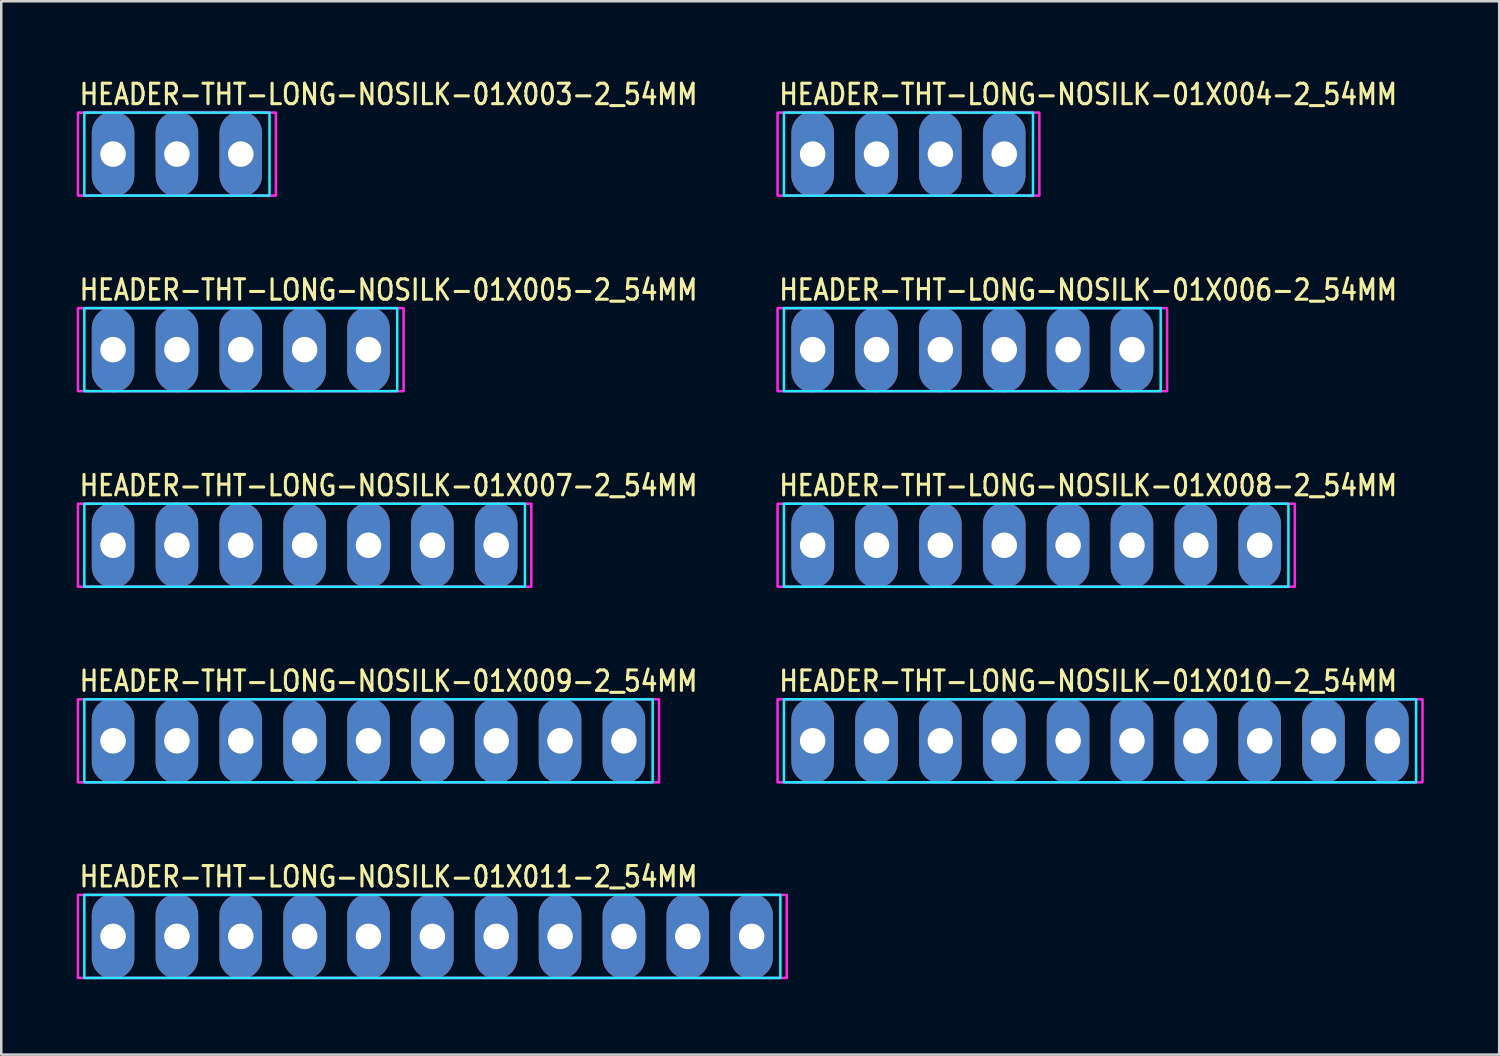
<source format=kicad_pcb>
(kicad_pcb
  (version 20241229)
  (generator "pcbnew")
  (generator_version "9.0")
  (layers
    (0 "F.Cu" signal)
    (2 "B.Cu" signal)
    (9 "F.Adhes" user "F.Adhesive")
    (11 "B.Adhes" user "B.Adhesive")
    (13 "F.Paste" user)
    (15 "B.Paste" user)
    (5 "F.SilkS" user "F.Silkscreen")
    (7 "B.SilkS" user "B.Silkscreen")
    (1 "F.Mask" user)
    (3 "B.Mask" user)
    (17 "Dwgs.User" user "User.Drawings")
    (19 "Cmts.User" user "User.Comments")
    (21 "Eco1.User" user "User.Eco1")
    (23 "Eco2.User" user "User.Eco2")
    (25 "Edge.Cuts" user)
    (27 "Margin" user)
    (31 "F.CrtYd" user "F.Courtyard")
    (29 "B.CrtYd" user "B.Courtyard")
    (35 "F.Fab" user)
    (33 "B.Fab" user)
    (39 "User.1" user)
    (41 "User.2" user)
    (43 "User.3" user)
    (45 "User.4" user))
  (footprint "HEADER-THT-LONG-NOSILK-01X009-2_54MM"
    (layer "F.Cu")
    (at 1.447 26.417)
    (property "Reference" "HEADER-THT-LONG-NOSILK-01X009-2_54MM" (at -1.4 -1.9 0) (unlocked yes) (layer "F.SilkS") (effects (font (size 0.813 0.695) (thickness 0.122)) (justify left bottom)))
    (fp_poly (pts (xy -1.143 -1.651) (xy 21.463 -1.651) (xy 21.463 1.651) (xy -1.143 1.651)) (stroke (width 0.1) (type solid)) (fill no) (layer "B.CrtYd"))
    (fp_poly (pts (xy -1.397 -1.651) (xy 21.717 -1.651) (xy 21.717 1.651) (xy -1.397 1.651)) (stroke (width 0.1) (type solid)) (fill no) (layer "F.CrtYd"))
    (pad "1" thru_hole oval (at 0 0 90) (size 3.387 1.693) (drill 1.016) (layers "*.Cu" "*.Mask"))
    (pad "2" thru_hole oval (at 2.54 0 90) (size 3.387 1.693) (drill 1.016) (layers "*.Cu" "*.Mask"))
    (pad "3" thru_hole oval (at 5.08 0 90) (size 3.387 1.693) (drill 1.016) (layers "*.Cu" "*.Mask"))
    (pad "4" thru_hole oval (at 7.62 0 90) (size 3.387 1.693) (drill 1.016) (layers "*.Cu" "*.Mask"))
    (pad "5" thru_hole oval (at 10.16 0 90) (size 3.387 1.693) (drill 1.016) (layers "*.Cu" "*.Mask"))
    (pad "6" thru_hole oval (at 12.7 0 90) (size 3.387 1.693) (drill 1.016) (layers "*.Cu" "*.Mask"))
    (pad "7" thru_hole oval (at 15.24 0 90) (size 3.387 1.693) (drill 1.016) (layers "*.Cu" "*.Mask"))
    (pad "8" thru_hole oval (at 17.78 0 90) (size 3.387 1.693) (drill 1.016) (layers "*.Cu" "*.Mask"))
    (pad "9" thru_hole oval (at 20.32 0 90) (size 3.387 1.693) (drill 1.016) (layers "*.Cu" "*.Mask")))
  (footprint "HEADER-THT-LONG-NOSILK-01X011-2_54MM"
    (layer "F.Cu")
    (at 1.447 34.197)
    (property "Reference" "HEADER-THT-LONG-NOSILK-01X011-2_54MM" (at -1.4 -1.9 0) (unlocked yes) (layer "F.SilkS") (effects (font (size 0.813 0.695) (thickness 0.122)) (justify left bottom)))
    (fp_poly (pts (xy -1.143 -1.651) (xy 26.543 -1.651) (xy 26.543 1.651) (xy -1.143 1.651)) (stroke (width 0.1) (type solid)) (fill no) (layer "B.CrtYd"))
    (fp_poly (pts (xy -1.397 -1.651) (xy 26.797 -1.651) (xy 26.797 1.651) (xy -1.397 1.651)) (stroke (width 0.1) (type solid)) (fill no) (layer "F.CrtYd"))
    (pad "1" thru_hole oval (at 0 0 90) (size 3.387 1.693) (drill 1.016) (layers "*.Cu" "*.Mask"))
    (pad "2" thru_hole oval (at 2.54 0 90) (size 3.387 1.693) (drill 1.016) (layers "*.Cu" "*.Mask"))
    (pad "3" thru_hole oval (at 5.08 0 90) (size 3.387 1.693) (drill 1.016) (layers "*.Cu" "*.Mask"))
    (pad "4" thru_hole oval (at 7.62 0 90) (size 3.387 1.693) (drill 1.016) (layers "*.Cu" "*.Mask"))
    (pad "5" thru_hole oval (at 10.16 0 90) (size 3.387 1.693) (drill 1.016) (layers "*.Cu" "*.Mask"))
    (pad "6" thru_hole oval (at 12.7 0 90) (size 3.387 1.693) (drill 1.016) (layers "*.Cu" "*.Mask"))
    (pad "7" thru_hole oval (at 15.24 0 90) (size 3.387 1.693) (drill 1.016) (layers "*.Cu" "*.Mask"))
    (pad "8" thru_hole oval (at 17.78 0 90) (size 3.387 1.693) (drill 1.016) (layers "*.Cu" "*.Mask"))
    (pad "9" thru_hole oval (at 20.32 0 90) (size 3.387 1.693) (drill 1.016) (layers "*.Cu" "*.Mask"))
    (pad "10" thru_hole oval (at 22.86 0 90) (size 3.387 1.693) (drill 1.016) (layers "*.Cu" "*.Mask"))
    (pad "11" thru_hole oval (at 25.4 0 90) (size 3.387 1.693) (drill 1.016) (layers "*.Cu" "*.Mask")))
  (footprint "HEADER-THT-LONG-NOSILK-01X006-2_54MM"
    (layer "F.Cu")
    (at 29.275 10.858)
    (property "Reference" "HEADER-THT-LONG-NOSILK-01X006-2_54MM" (at -1.4 -1.9 0) (unlocked yes) (layer "F.SilkS") (effects (font (size 0.813 0.695) (thickness 0.122)) (justify left bottom)))
    (fp_poly (pts (xy -1.143 -1.651) (xy 13.843 -1.651) (xy 13.843 1.651) (xy -1.143 1.651)) (stroke (width 0.1) (type solid)) (fill no) (layer "B.CrtYd"))
    (fp_poly (pts (xy -1.397 -1.651) (xy 14.097 -1.651) (xy 14.097 1.651) (xy -1.397 1.651)) (stroke (width 0.1) (type solid)) (fill no) (layer "F.CrtYd"))
    (pad "1" thru_hole oval (at 0 0 90) (size 3.387 1.693) (drill 1.016) (layers "*.Cu" "*.Mask"))
    (pad "2" thru_hole oval (at 2.54 0 90) (size 3.387 1.693) (drill 1.016) (layers "*.Cu" "*.Mask"))
    (pad "3" thru_hole oval (at 5.08 0 90) (size 3.387 1.693) (drill 1.016) (layers "*.Cu" "*.Mask"))
    (pad "4" thru_hole oval (at 7.62 0 90) (size 3.387 1.693) (drill 1.016) (layers "*.Cu" "*.Mask"))
    (pad "5" thru_hole oval (at 10.16 0 90) (size 3.387 1.693) (drill 1.016) (layers "*.Cu" "*.Mask"))
    (pad "6" thru_hole oval (at 12.7 0 90) (size 3.387 1.693) (drill 1.016) (layers "*.Cu" "*.Mask")))
  (footprint "HEADER-THT-LONG-NOSILK-01X003-2_54MM"
    (layer "F.Cu")
    (at 1.447 3.079)
    (property "Reference" "HEADER-THT-LONG-NOSILK-01X003-2_54MM" (at -1.4 -1.9 0) (unlocked yes) (layer "F.SilkS") (effects (font (size 0.813 0.695) (thickness 0.122)) (justify left bottom)))
    (fp_poly (pts (xy -1.143 -1.651) (xy 6.223 -1.651) (xy 6.223 1.651) (xy -1.143 1.651)) (stroke (width 0.1) (type solid)) (fill no) (layer "B.CrtYd"))
    (fp_poly (pts (xy -1.397 -1.651) (xy 6.477 -1.651) (xy 6.477 1.651) (xy -1.397 1.651)) (stroke (width 0.1) (type solid)) (fill no) (layer "F.CrtYd"))
    (pad "1" thru_hole oval (at 0 0 90) (size 3.387 1.693) (drill 1.016) (layers "*.Cu" "*.Mask"))
    (pad "2" thru_hole oval (at 2.54 0 90) (size 3.387 1.693) (drill 1.016) (layers "*.Cu" "*.Mask"))
    (pad "3" thru_hole oval (at 5.08 0 90) (size 3.387 1.693) (drill 1.016) (layers "*.Cu" "*.Mask")))
  (footprint "HEADER-THT-LONG-NOSILK-01X007-2_54MM"
    (layer "F.Cu")
    (at 1.447 18.638)
    (property "Reference" "HEADER-THT-LONG-NOSILK-01X007-2_54MM" (at -1.4 -1.9 0) (unlocked yes) (layer "F.SilkS") (effects (font (size 0.813 0.695) (thickness 0.122)) (justify left bottom)))
    (fp_poly (pts (xy -1.143 -1.651) (xy 16.383 -1.651) (xy 16.383 1.651) (xy -1.143 1.651)) (stroke (width 0.1) (type solid)) (fill no) (layer "B.CrtYd"))
    (fp_poly (pts (xy -1.397 -1.651) (xy 16.637 -1.651) (xy 16.637 1.651) (xy -1.397 1.651)) (stroke (width 0.1) (type solid)) (fill no) (layer "F.CrtYd"))
    (pad "1" thru_hole oval (at 0 0 90) (size 3.387 1.693) (drill 1.016) (layers "*.Cu" "*.Mask"))
    (pad "2" thru_hole oval (at 2.54 0 90) (size 3.387 1.693) (drill 1.016) (layers "*.Cu" "*.Mask"))
    (pad "3" thru_hole oval (at 5.08 0 90) (size 3.387 1.693) (drill 1.016) (layers "*.Cu" "*.Mask"))
    (pad "4" thru_hole oval (at 7.62 0 90) (size 3.387 1.693) (drill 1.016) (layers "*.Cu" "*.Mask"))
    (pad "5" thru_hole oval (at 10.16 0 90) (size 3.387 1.693) (drill 1.016) (layers "*.Cu" "*.Mask"))
    (pad "6" thru_hole oval (at 12.7 0 90) (size 3.387 1.693) (drill 1.016) (layers "*.Cu" "*.Mask"))
    (pad "7" thru_hole oval (at 15.24 0 90) (size 3.387 1.693) (drill 1.016) (layers "*.Cu" "*.Mask")))
  (footprint "HEADER-THT-LONG-NOSILK-01X005-2_54MM"
    (layer "F.Cu")
    (at 1.447 10.858)
    (property "Reference" "HEADER-THT-LONG-NOSILK-01X005-2_54MM" (at -1.4 -1.9 0) (unlocked yes) (layer "F.SilkS") (effects (font (size 0.813 0.695) (thickness 0.122)) (justify left bottom)))
    (fp_poly (pts (xy -1.143 -1.651) (xy 11.303 -1.651) (xy 11.303 1.651) (xy -1.143 1.651)) (stroke (width 0.1) (type solid)) (fill no) (layer "B.CrtYd"))
    (fp_poly (pts (xy -1.397 -1.651) (xy 11.557 -1.651) (xy 11.557 1.651) (xy -1.397 1.651)) (stroke (width 0.1) (type solid)) (fill no) (layer "F.CrtYd"))
    (pad "1" thru_hole oval (at 0 0 90) (size 3.387 1.693) (drill 1.016) (layers "*.Cu" "*.Mask"))
    (pad "2" thru_hole oval (at 2.54 0 90) (size 3.387 1.693) (drill 1.016) (layers "*.Cu" "*.Mask"))
    (pad "3" thru_hole oval (at 5.08 0 90) (size 3.387 1.693) (drill 1.016) (layers "*.Cu" "*.Mask"))
    (pad "4" thru_hole oval (at 7.62 0 90) (size 3.387 1.693) (drill 1.016) (layers "*.Cu" "*.Mask"))
    (pad "5" thru_hole oval (at 10.16 0 90) (size 3.387 1.693) (drill 1.016) (layers "*.Cu" "*.Mask")))
  (footprint "HEADER-THT-LONG-NOSILK-01X008-2_54MM"
    (layer "F.Cu")
    (at 29.275 18.638)
    (property "Reference" "HEADER-THT-LONG-NOSILK-01X008-2_54MM" (at -1.4 -1.9 0) (unlocked yes) (layer "F.SilkS") (effects (font (size 0.813 0.695) (thickness 0.122)) (justify left bottom)))
    (fp_poly (pts (xy -1.143 -1.651) (xy 18.923 -1.651) (xy 18.923 1.651) (xy -1.143 1.651)) (stroke (width 0.1) (type solid)) (fill no) (layer "B.CrtYd"))
    (fp_poly (pts (xy -1.397 -1.651) (xy 19.177 -1.651) (xy 19.177 1.651) (xy -1.397 1.651)) (stroke (width 0.1) (type solid)) (fill no) (layer "F.CrtYd"))
    (pad "1" thru_hole oval (at 0 0 90) (size 3.387 1.693) (drill 1.016) (layers "*.Cu" "*.Mask"))
    (pad "2" thru_hole oval (at 2.54 0 90) (size 3.387 1.693) (drill 1.016) (layers "*.Cu" "*.Mask"))
    (pad "3" thru_hole oval (at 5.08 0 90) (size 3.387 1.693) (drill 1.016) (layers "*.Cu" "*.Mask"))
    (pad "4" thru_hole oval (at 7.62 0 90) (size 3.387 1.693) (drill 1.016) (layers "*.Cu" "*.Mask"))
    (pad "5" thru_hole oval (at 10.16 0 90) (size 3.387 1.693) (drill 1.016) (layers "*.Cu" "*.Mask"))
    (pad "6" thru_hole oval (at 12.7 0 90) (size 3.387 1.693) (drill 1.016) (layers "*.Cu" "*.Mask"))
    (pad "7" thru_hole oval (at 15.24 0 90) (size 3.387 1.693) (drill 1.016) (layers "*.Cu" "*.Mask"))
    (pad "8" thru_hole oval (at 17.78 0 90) (size 3.387 1.693) (drill 1.016) (layers "*.Cu" "*.Mask")))
  (footprint "HEADER-THT-LONG-NOSILK-01X004-2_54MM"
    (layer "F.Cu")
    (at 29.275 3.079)
    (property "Reference" "HEADER-THT-LONG-NOSILK-01X004-2_54MM" (at -1.4 -1.9 0) (unlocked yes) (layer "F.SilkS") (effects (font (size 0.813 0.695) (thickness 0.122)) (justify left bottom)))
    (fp_poly (pts (xy -1.143 -1.651) (xy 8.763 -1.651) (xy 8.763 1.651) (xy -1.143 1.651)) (stroke (width 0.1) (type solid)) (fill no) (layer "B.CrtYd"))
    (fp_poly (pts (xy -1.397 -1.651) (xy 9.017 -1.651) (xy 9.017 1.651) (xy -1.397 1.651)) (stroke (width 0.1) (type solid)) (fill no) (layer "F.CrtYd"))
    (pad "1" thru_hole oval (at 0 0 90) (size 3.387 1.693) (drill 1.016) (layers "*.Cu" "*.Mask"))
    (pad "2" thru_hole oval (at 2.54 0 90) (size 3.387 1.693) (drill 1.016) (layers "*.Cu" "*.Mask"))
    (pad "3" thru_hole oval (at 5.08 0 90) (size 3.387 1.693) (drill 1.016) (layers "*.Cu" "*.Mask"))
    (pad "4" thru_hole oval (at 7.62 0 90) (size 3.387 1.693) (drill 1.016) (layers "*.Cu" "*.Mask")))
  (footprint "HEADER-THT-LONG-NOSILK-01X010-2_54MM"
    (layer "F.Cu")
    (at 29.275 26.417)
    (property "Reference" "HEADER-THT-LONG-NOSILK-01X010-2_54MM" (at -1.4 -1.9 0) (unlocked yes) (layer "F.SilkS") (effects (font (size 0.813 0.695) (thickness 0.122)) (justify left bottom)))
    (fp_poly (pts (xy -1.143 -1.651) (xy 24.003 -1.651) (xy 24.003 1.651) (xy -1.143 1.651)) (stroke (width 0.1) (type solid)) (fill no) (layer "B.CrtYd"))
    (fp_poly (pts (xy -1.397 -1.651) (xy 24.257 -1.651) (xy 24.257 1.651) (xy -1.397 1.651)) (stroke (width 0.1) (type solid)) (fill no) (layer "F.CrtYd"))
    (pad "1" thru_hole oval (at 0 0 90) (size 3.387 1.693) (drill 1.016) (layers "*.Cu" "*.Mask"))
    (pad "2" thru_hole oval (at 2.54 0 90) (size 3.387 1.693) (drill 1.016) (layers "*.Cu" "*.Mask"))
    (pad "3" thru_hole oval (at 5.08 0 90) (size 3.387 1.693) (drill 1.016) (layers "*.Cu" "*.Mask"))
    (pad "4" thru_hole oval (at 7.62 0 90) (size 3.387 1.693) (drill 1.016) (layers "*.Cu" "*.Mask"))
    (pad "5" thru_hole oval (at 10.16 0 90) (size 3.387 1.693) (drill 1.016) (layers "*.Cu" "*.Mask"))
    (pad "6" thru_hole oval (at 12.7 0 90) (size 3.387 1.693) (drill 1.016) (layers "*.Cu" "*.Mask"))
    (pad "7" thru_hole oval (at 15.24 0 90) (size 3.387 1.693) (drill 1.016) (layers "*.Cu" "*.Mask"))
    (pad "8" thru_hole oval (at 17.78 0 90) (size 3.387 1.693) (drill 1.016) (layers "*.Cu" "*.Mask"))
    (pad "9" thru_hole oval (at 20.32 0 90) (size 3.387 1.693) (drill 1.016) (layers "*.Cu" "*.Mask"))
    (pad "10" thru_hole oval (at 22.86 0 90) (size 3.387 1.693) (drill 1.016) (layers "*.Cu" "*.Mask")))
  (gr_rect
    (start -3 -3)
    (end 56.582 38.898)
    (stroke (width 0.1) (type default))
    (fill no)
    (layer "Edge.Cuts")))
</source>
